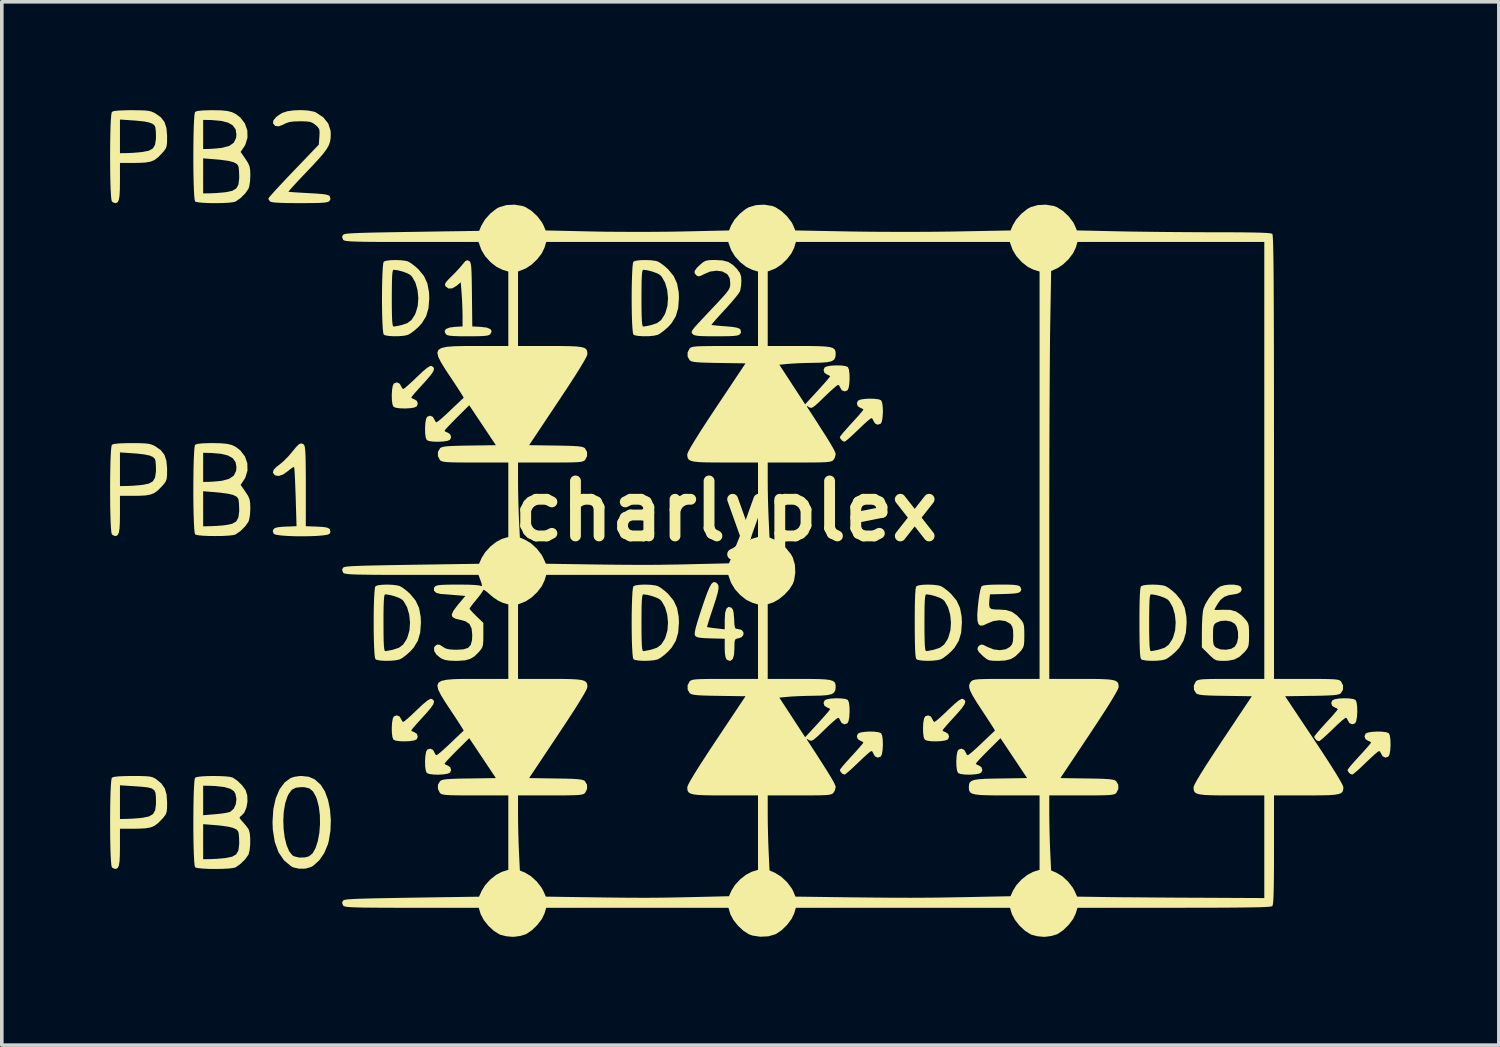
<source format=kicad_pcb>
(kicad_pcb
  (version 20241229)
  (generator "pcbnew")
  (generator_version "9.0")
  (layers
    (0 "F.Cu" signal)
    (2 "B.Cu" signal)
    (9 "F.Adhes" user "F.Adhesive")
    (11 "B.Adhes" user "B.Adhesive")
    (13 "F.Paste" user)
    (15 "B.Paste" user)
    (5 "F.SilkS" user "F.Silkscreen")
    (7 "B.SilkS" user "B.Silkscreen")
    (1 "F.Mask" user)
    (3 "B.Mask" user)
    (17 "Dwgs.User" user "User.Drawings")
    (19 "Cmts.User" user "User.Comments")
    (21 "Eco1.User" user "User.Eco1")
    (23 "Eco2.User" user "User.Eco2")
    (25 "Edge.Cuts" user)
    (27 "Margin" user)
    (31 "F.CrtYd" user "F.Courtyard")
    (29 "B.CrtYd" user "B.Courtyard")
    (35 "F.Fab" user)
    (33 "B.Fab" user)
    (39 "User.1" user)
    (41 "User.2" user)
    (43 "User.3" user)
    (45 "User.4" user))
  (footprint "charlyplex"
    (layer "F.Cu")
    (at 17.065 11.108)
    (property "Reference" "charlyplex" (at 0 0 0) (layer "F.SilkS") (effects (font (size 1.524 1.524) (thickness 0.3))))
    (attr board_only exclude_from_pos_files exclude_from_bom)
    (fp_poly (pts (xy -8.108 -3.987) (xy -8.09 -3.938) (xy -8.114 -3.866) (xy -8.186 -3.762) (xy -8.308 -3.619) (xy -8.392 -3.526) (xy -8.517 -3.39) (xy -8.621 -3.273) (xy -8.692 -3.189) (xy -8.722 -3.147) (xy -8.723 -3.146) (xy -8.691 -3.118) (xy -8.646 -3.101) (xy -8.566 -3.051) (xy -8.541 -2.971) (xy -8.57 -2.901) (xy -8.633 -2.87) (xy -8.748 -2.85) (xy -8.889 -2.842) (xy -9.03 -2.846) (xy -9.147 -2.861) (xy -9.215 -2.89) (xy -9.243 -2.958) (xy -9.259 -3.075) (xy -9.262 -3.216) (xy -9.254 -3.357) (xy -9.234 -3.471) (xy -9.204 -3.535) (xy -9.12 -3.564) (xy -9.043 -3.529) (xy -9.003 -3.458) (xy -8.97 -3.396) (xy -8.944 -3.382) (xy -8.903 -3.407) (xy -8.82 -3.477) (xy -8.706 -3.58) (xy -8.574 -3.706) (xy -8.566 -3.713) (xy -8.398 -3.872) (xy -8.275 -3.973) (xy -8.196 -4.019) (xy -8.167 -4.021)) (stroke (width 0) (type solid)) (fill yes) (layer "F.SilkS"))
    (fp_poly (pts (xy -8.108 5.235) (xy -8.09 5.284) (xy -8.114 5.357) (xy -8.186 5.461) (xy -8.308 5.604) (xy -8.392 5.696) (xy -8.517 5.833) (xy -8.621 5.949) (xy -8.692 6.034) (xy -8.722 6.075) (xy -8.723 6.077) (xy -8.691 6.105) (xy -8.646 6.121) (xy -8.566 6.172) (xy -8.541 6.252) (xy -8.57 6.322) (xy -8.633 6.352) (xy -8.748 6.372) (xy -8.889 6.38) (xy -9.03 6.377) (xy -9.147 6.361) (xy -9.215 6.333) (xy -9.243 6.265) (xy -9.259 6.148) (xy -9.262 6.006) (xy -9.254 5.866) (xy -9.234 5.751) (xy -9.204 5.688) (xy -9.12 5.659) (xy -9.043 5.693) (xy -9.003 5.764) (xy -8.97 5.826) (xy -8.944 5.841) (xy -8.903 5.815) (xy -8.82 5.746) (xy -8.706 5.643) (xy -8.574 5.517) (xy -8.566 5.509) (xy -8.398 5.351) (xy -8.275 5.249) (xy -8.196 5.203) (xy -8.167 5.201)) (stroke (width 0) (type solid)) (fill yes) (layer "F.SilkS"))
    (fp_poly (pts (xy 6.609 5.235) (xy 6.628 5.284) (xy 6.603 5.357) (xy 6.532 5.461) (xy 6.409 5.604) (xy 6.325 5.696) (xy 6.2 5.833) (xy 6.097 5.949) (xy 6.025 6.034) (xy 5.995 6.075) (xy 5.995 6.077) (xy 6.026 6.105) (xy 6.071 6.121) (xy 6.151 6.172) (xy 6.177 6.252) (xy 6.148 6.322) (xy 6.084 6.352) (xy 5.969 6.372) (xy 5.829 6.38) (xy 5.687 6.377) (xy 5.57 6.361) (xy 5.503 6.333) (xy 5.474 6.265) (xy 5.459 6.148) (xy 5.455 6.006) (xy 5.463 5.866) (xy 5.483 5.751) (xy 5.514 5.688) (xy 5.597 5.659) (xy 5.674 5.693) (xy 5.714 5.764) (xy 5.747 5.826) (xy 5.773 5.841) (xy 5.814 5.815) (xy 5.898 5.746) (xy 6.011 5.643) (xy 6.144 5.517) (xy 6.151 5.509) (xy 6.32 5.351) (xy 6.442 5.249) (xy 6.522 5.203) (xy 6.551 5.201)) (stroke (width 0) (type solid)) (fill yes) (layer "F.SilkS"))
    (fp_poly (pts (xy 4.111 -3.11) (xy 4.229 -3.095) (xy 4.296 -3.066) (xy 4.324 -2.999) (xy 4.34 -2.881) (xy 4.344 -2.74) (xy 4.335 -2.599) (xy 4.316 -2.485) (xy 4.285 -2.421) (xy 4.202 -2.392) (xy 4.125 -2.427) (xy 4.084 -2.498) (xy 4.052 -2.56) (xy 4.025 -2.575) (xy 3.984 -2.549) (xy 3.901 -2.48) (xy 3.788 -2.377) (xy 3.656 -2.251) (xy 3.653 -2.248) (xy 3.521 -2.122) (xy 3.407 -2.018) (xy 3.323 -1.948) (xy 3.281 -1.921) (xy 3.281 -1.921) (xy 3.223 -1.946) (xy 3.197 -1.967) (xy 3.157 -2.026) (xy 3.151 -2.048) (xy 3.176 -2.087) (xy 3.243 -2.171) (xy 3.344 -2.286) (xy 3.467 -2.422) (xy 3.478 -2.434) (xy 3.602 -2.57) (xy 3.704 -2.685) (xy 3.775 -2.769) (xy 3.804 -2.809) (xy 3.804 -2.81) (xy 3.772 -2.838) (xy 3.728 -2.855) (xy 3.647 -2.905) (xy 3.622 -2.985) (xy 3.651 -3.055) (xy 3.715 -3.086) (xy 3.829 -3.106) (xy 3.97 -3.114)) (stroke (width 0) (type solid)) (fill yes) (layer "F.SilkS"))
    (fp_poly (pts (xy 4.111 6.112) (xy 4.229 6.128) (xy 4.296 6.156) (xy 4.324 6.224) (xy 4.34 6.341) (xy 4.344 6.483) (xy 4.335 6.623) (xy 4.316 6.738) (xy 4.285 6.801) (xy 4.202 6.83) (xy 4.125 6.795) (xy 4.084 6.724) (xy 4.052 6.662) (xy 4.025 6.648) (xy 3.984 6.673) (xy 3.901 6.743) (xy 3.788 6.846) (xy 3.656 6.971) (xy 3.653 6.974) (xy 3.521 7.101) (xy 3.407 7.204) (xy 3.323 7.274) (xy 3.281 7.301) (xy 3.281 7.301) (xy 3.223 7.277) (xy 3.197 7.255) (xy 3.157 7.196) (xy 3.151 7.175) (xy 3.176 7.135) (xy 3.243 7.051) (xy 3.344 6.936) (xy 3.467 6.8) (xy 3.478 6.789) (xy 3.602 6.653) (xy 3.704 6.537) (xy 3.775 6.454) (xy 3.804 6.413) (xy 3.804 6.412) (xy 3.772 6.384) (xy 3.728 6.368) (xy 3.647 6.317) (xy 3.622 6.237) (xy 3.651 6.167) (xy 3.715 6.136) (xy 3.829 6.117) (xy 3.97 6.108)) (stroke (width 0) (type solid)) (fill yes) (layer "F.SilkS"))
    (fp_poly (pts (xy 17.253 5.19) (xy 17.37 5.205) (xy 17.438 5.234) (xy 17.466 5.302) (xy 17.482 5.419) (xy 17.486 5.56) (xy 17.477 5.701) (xy 17.457 5.816) (xy 17.427 5.879) (xy 17.344 5.908) (xy 17.267 5.873) (xy 17.226 5.802) (xy 17.194 5.74) (xy 17.167 5.726) (xy 17.126 5.751) (xy 17.043 5.82) (xy 16.929 5.923) (xy 16.798 6.049) (xy 16.795 6.052) (xy 16.663 6.178) (xy 16.549 6.282) (xy 16.465 6.352) (xy 16.423 6.379) (xy 16.423 6.379) (xy 16.365 6.354) (xy 16.339 6.333) (xy 16.298 6.274) (xy 16.293 6.252) (xy 16.318 6.213) (xy 16.385 6.129) (xy 16.485 6.014) (xy 16.608 5.878) (xy 16.619 5.866) (xy 16.744 5.731) (xy 16.846 5.615) (xy 16.917 5.531) (xy 16.946 5.491) (xy 16.946 5.49) (xy 16.914 5.462) (xy 16.869 5.445) (xy 16.789 5.395) (xy 16.764 5.315) (xy 16.793 5.245) (xy 16.857 5.214) (xy 16.971 5.194) (xy 17.112 5.186)) (stroke (width 0) (type solid)) (fill yes) (layer "F.SilkS"))
    (fp_poly (pts (xy 18.176 6.112) (xy 18.293 6.128) (xy 18.36 6.156) (xy 18.389 6.224) (xy 18.404 6.341) (xy 18.408 6.483) (xy 18.399 6.623) (xy 18.38 6.738) (xy 18.349 6.801) (xy 18.266 6.83) (xy 18.189 6.795) (xy 18.148 6.724) (xy 18.116 6.662) (xy 18.09 6.648) (xy 18.048 6.673) (xy 17.965 6.743) (xy 17.852 6.846) (xy 17.72 6.971) (xy 17.717 6.974) (xy 17.585 7.101) (xy 17.471 7.204) (xy 17.387 7.274) (xy 17.346 7.301) (xy 17.345 7.301) (xy 17.287 7.277) (xy 17.261 7.255) (xy 17.221 7.196) (xy 17.215 7.175) (xy 17.24 7.135) (xy 17.307 7.051) (xy 17.408 6.936) (xy 17.531 6.8) (xy 17.542 6.789) (xy 17.666 6.653) (xy 17.768 6.537) (xy 17.839 6.454) (xy 17.868 6.413) (xy 17.868 6.412) (xy 17.837 6.384) (xy 17.792 6.368) (xy 17.712 6.317) (xy 17.686 6.237) (xy 17.715 6.167) (xy 17.779 6.136) (xy 17.894 6.117) (xy 18.034 6.108)) (stroke (width 0) (type solid)) (fill yes) (layer "F.SilkS"))
    (fp_poly (pts (xy -7.123 -6.932) (xy -7.122 -6.932) (xy -7.099 -6.913) (xy -7.082 -6.881) (xy -7.069 -6.826) (xy -7.059 -6.738) (xy -7.052 -6.608) (xy -7.047 -6.426) (xy -7.043 -6.183) (xy -7.041 -6.002) (xy -7.031 -5.114) (xy -6.795 -5.103) (xy -6.627 -5.082) (xy -6.526 -5.038) (xy -6.495 -4.976) (xy -6.53 -4.903) (xy -6.562 -4.878) (xy -6.619 -4.861) (xy -6.714 -4.85) (xy -6.857 -4.844) (xy -7.062 -4.842) (xy -7.147 -4.842) (xy -7.375 -4.843) (xy -7.538 -4.848) (xy -7.648 -4.857) (xy -7.717 -4.872) (xy -7.756 -4.893) (xy -7.765 -4.903) (xy -7.799 -4.981) (xy -7.762 -5.043) (xy -7.657 -5.085) (xy -7.518 -5.103) (xy -7.301 -5.115) (xy -7.301 -5.41) (xy -7.305 -5.605) (xy -7.314 -5.827) (xy -7.326 -6.022) (xy -7.351 -6.338) (xy -7.466 -6.241) (xy -7.586 -6.17) (xy -7.692 -6.165) (xy -7.773 -6.228) (xy -7.776 -6.233) (xy -7.789 -6.276) (xy -7.767 -6.33) (xy -7.702 -6.407) (xy -7.607 -6.502) (xy -7.487 -6.623) (xy -7.375 -6.745) (xy -7.295 -6.84) (xy -7.226 -6.922) (xy -7.175 -6.949)) (stroke (width 0) (type solid)) (fill yes) (layer "F.SilkS"))
    (fp_poly (pts (xy -11.726 -1.862) (xy -11.7 -1.843) (xy -11.683 -1.819) (xy -11.67 -1.771) (xy -11.66 -1.69) (xy -11.652 -1.571) (xy -11.648 -1.403) (xy -11.645 -1.179) (xy -11.643 -0.892) (xy -11.643 -0.689) (xy -11.643 0.42) (xy -11.33 0.431) (xy -11.162 0.441) (xy -11.056 0.458) (xy -10.996 0.485) (xy -10.977 0.506) (xy -10.96 0.582) (xy -10.987 0.631) (xy -11.045 0.655) (xy -11.165 0.674) (xy -11.331 0.688) (xy -11.529 0.696) (xy -11.742 0.699) (xy -11.957 0.697) (xy -12.158 0.689) (xy -12.33 0.676) (xy -12.457 0.658) (xy -12.526 0.635) (xy -12.53 0.631) (xy -12.559 0.557) (xy -12.54 0.506) (xy -12.498 0.47) (xy -12.416 0.448) (xy -12.278 0.434) (xy -12.2 0.431) (xy -11.9 0.419) (xy -11.924 -0.391) (xy -11.933 -0.633) (xy -11.941 -0.848) (xy -11.95 -1.024) (xy -11.958 -1.15) (xy -11.966 -1.215) (xy -11.968 -1.221) (xy -12.005 -1.209) (xy -12.077 -1.158) (xy -12.123 -1.12) (xy -12.271 -1.014) (xy -12.398 -0.971) (xy -12.498 -0.992) (xy -12.51 -1.001) (xy -12.555 -1.066) (xy -12.536 -1.14) (xy -12.45 -1.23) (xy -12.375 -1.286) (xy -12.261 -1.381) (xy -12.133 -1.51) (xy -12.028 -1.632) (xy -11.918 -1.767) (xy -11.839 -1.846) (xy -11.779 -1.875)) (stroke (width 0) (type solid)) (fill yes) (layer "F.SilkS"))
    (fp_poly (pts (xy -11.559 7.361) (xy -11.395 7.434) (xy -11.243 7.57) (xy -11.228 7.587) (xy -11.115 7.764) (xy -11.029 7.998) (xy -10.973 8.269) (xy -10.95 8.562) (xy -10.961 8.859) (xy -11.008 9.144) (xy -11.031 9.23) (xy -11.131 9.472) (xy -11.27 9.675) (xy -11.437 9.825) (xy -11.494 9.859) (xy -11.649 9.905) (xy -11.827 9.908) (xy -11.991 9.871) (xy -12.047 9.843) (xy -12.247 9.677) (xy -12.4 9.451) (xy -12.503 9.168) (xy -12.557 8.828) (xy -12.566 8.608) (xy -12.563 8.575) (xy -12.267 8.575) (xy -12.257 8.82) (xy -12.226 9.054) (xy -12.174 9.26) (xy -12.103 9.426) (xy -12.016 9.536) (xy -11.977 9.561) (xy -11.831 9.599) (xy -11.665 9.595) (xy -11.552 9.563) (xy -11.454 9.48) (xy -11.373 9.335) (xy -11.311 9.144) (xy -11.269 8.92) (xy -11.25 8.677) (xy -11.253 8.43) (xy -11.282 8.193) (xy -11.337 7.98) (xy -11.365 7.908) (xy -11.446 7.764) (xy -11.544 7.683) (xy -11.68 7.65) (xy -11.759 7.647) (xy -11.919 7.663) (xy -12.031 7.721) (xy -12.117 7.836) (xy -12.152 7.908) (xy -12.216 8.104) (xy -12.254 8.331) (xy -12.267 8.575) (xy -12.563 8.575) (xy -12.543 8.261) (xy -12.477 7.959) (xy -12.371 7.709) (xy -12.227 7.516) (xy -12.062 7.395) (xy -11.959 7.362) (xy -11.822 7.342) (xy -11.759 7.339)) (stroke (width 0) (type solid)) (fill yes) (layer "F.SilkS"))
    (fp_poly (pts (xy -0.275 1.985) (xy -0.233 2.022) (xy -0.211 2.074) (xy -0.211 2.154) (xy -0.234 2.271) (xy -0.282 2.437) (xy -0.355 2.663) (xy -0.364 2.687) (xy -0.425 2.872) (xy -0.476 3.029) (xy -0.511 3.145) (xy -0.527 3.206) (xy -0.528 3.212) (xy -0.488 3.221) (xy -0.393 3.235) (xy -0.278 3.249) (xy -0.038 3.276) (xy -0.038 3.007) (xy -0.026 2.817) (xy 0.01 2.699) (xy 0.07 2.653) (xy 0.147 2.677) (xy 0.185 2.723) (xy 0.208 2.813) (xy 0.221 2.962) (xy 0.223 2.992) (xy 0.23 3.134) (xy 0.242 3.216) (xy 0.265 3.255) (xy 0.304 3.266) (xy 0.324 3.266) (xy 0.427 3.292) (xy 0.48 3.353) (xy 0.481 3.428) (xy 0.43 3.494) (xy 0.332 3.528) (xy 0.278 3.539) (xy 0.248 3.566) (xy 0.234 3.628) (xy 0.231 3.742) (xy 0.231 3.799) (xy 0.22 3.98) (xy 0.187 4.093) (xy 0.13 4.145) (xy 0.096 4.15) (xy 0.034 4.125) (xy 0.008 4.104) (xy -0.017 4.041) (xy -0.034 3.922) (xy -0.038 3.798) (xy -0.038 3.538) (xy -0.428 3.527) (xy -0.613 3.52) (xy -0.735 3.508) (xy -0.809 3.49) (xy -0.85 3.462) (xy -0.86 3.449) (xy -0.87 3.409) (xy -0.865 3.339) (xy -0.84 3.229) (xy -0.795 3.071) (xy -0.727 2.855) (xy -0.68 2.713) (xy -0.59 2.447) (xy -0.517 2.248) (xy -0.457 2.108) (xy -0.407 2.019) (xy -0.361 1.975) (xy -0.316 1.967)) (stroke (width 0) (type solid)) (fill yes) (layer "F.SilkS"))
    (fp_poly (pts (xy -16.231 7.34) (xy -16.078 7.345) (xy -15.972 7.354) (xy -15.896 7.371) (xy -15.837 7.398) (xy -15.79 7.427) (xy -15.644 7.547) (xy -15.55 7.683) (xy -15.5 7.853) (xy -15.486 8.075) (xy -15.488 8.229) (xy -15.498 8.33) (xy -15.525 8.404) (xy -15.575 8.474) (xy -15.627 8.533) (xy -15.735 8.644) (xy -15.836 8.719) (xy -15.948 8.766) (xy -16.091 8.79) (xy -16.282 8.799) (xy -16.387 8.8) (xy -16.792 8.8) (xy -16.792 9.311) (xy -16.795 9.543) (xy -16.804 9.709) (xy -16.822 9.819) (xy -16.851 9.882) (xy -16.894 9.91) (xy -16.927 9.914) (xy -16.989 9.889) (xy -17.015 9.868) (xy -17.029 9.817) (xy -17.04 9.7) (xy -17.05 9.53) (xy -17.057 9.317) (xy -17.062 9.073) (xy -17.064 8.81) (xy -17.065 8.54) (xy -17.065 8.531) (xy -16.792 8.531) (xy -16.591 8.527) (xy -16.431 8.52) (xy -16.25 8.506) (xy -16.162 8.496) (xy -15.988 8.46) (xy -15.876 8.394) (xy -15.815 8.285) (xy -15.794 8.12) (xy -15.794 8.075) (xy -15.796 7.92) (xy -15.808 7.809) (xy -15.841 7.734) (xy -15.907 7.686) (xy -16.016 7.656) (xy -16.18 7.638) (xy -16.403 7.622) (xy -16.792 7.597) (xy -16.792 8.531) (xy -17.065 8.531) (xy -17.063 8.273) (xy -17.059 8.021) (xy -17.053 7.796) (xy -17.044 7.609) (xy -17.033 7.472) (xy -17.02 7.396) (xy -17.015 7.386) (xy -16.956 7.364) (xy -16.828 7.349) (xy -16.628 7.341) (xy -16.445 7.339)) (stroke (width 0) (type solid)) (fill yes) (layer "F.SilkS"))
    (fp_poly (pts (xy 5.749 2.043) (xy 5.879 2.06) (xy 5.944 2.077) (xy 6.028 2.125) (xy 6.139 2.21) (xy 6.236 2.298) (xy 6.386 2.48) (xy 6.48 2.684) (xy 6.526 2.928) (xy 6.533 3.093) (xy 6.512 3.368) (xy 6.446 3.593) (xy 6.329 3.786) (xy 6.236 3.889) (xy 6.124 3.989) (xy 6.015 4.07) (xy 5.944 4.109) (xy 5.84 4.133) (xy 5.7 4.146) (xy 5.549 4.149) (xy 5.411 4.141) (xy 5.309 4.122) (xy 5.272 4.104) (xy 5.256 4.063) (xy 5.244 3.972) (xy 5.236 3.825) (xy 5.23 3.617) (xy 5.227 3.341) (xy 5.226 3.093) (xy 5.495 3.093) (xy 5.496 3.372) (xy 5.5 3.582) (xy 5.506 3.73) (xy 5.516 3.823) (xy 5.53 3.871) (xy 5.543 3.88) (xy 5.608 3.871) (xy 5.714 3.85) (xy 5.763 3.839) (xy 5.925 3.785) (xy 6.04 3.699) (xy 6.13 3.56) (xy 6.156 3.505) (xy 6.214 3.308) (xy 6.23 3.088) (xy 6.207 2.866) (xy 6.148 2.664) (xy 6.057 2.502) (xy 6.009 2.452) (xy 5.928 2.406) (xy 5.802 2.359) (xy 5.665 2.323) (xy 5.547 2.307) (xy 5.543 2.307) (xy 5.526 2.324) (xy 5.513 2.382) (xy 5.504 2.489) (xy 5.498 2.652) (xy 5.496 2.879) (xy 5.495 3.093) (xy 5.226 3.093) (xy 5.227 2.765) (xy 5.231 2.508) (xy 5.238 2.316) (xy 5.247 2.185) (xy 5.26 2.108) (xy 5.272 2.083) (xy 5.337 2.057) (xy 5.453 2.042) (xy 5.599 2.037)) (stroke (width 0) (type solid)) (fill yes) (layer "F.SilkS"))
    (fp_poly (pts (xy 11.974 2.043) (xy 12.104 2.06) (xy 12.169 2.077) (xy 12.253 2.125) (xy 12.364 2.21) (xy 12.461 2.298) (xy 12.611 2.48) (xy 12.705 2.684) (xy 12.751 2.928) (xy 12.758 3.093) (xy 12.737 3.368) (xy 12.671 3.593) (xy 12.554 3.786) (xy 12.461 3.889) (xy 12.349 3.989) (xy 12.24 4.07) (xy 12.169 4.109) (xy 12.065 4.133) (xy 11.926 4.146) (xy 11.775 4.149) (xy 11.636 4.141) (xy 11.534 4.122) (xy 11.497 4.104) (xy 11.482 4.063) (xy 11.469 3.972) (xy 11.461 3.825) (xy 11.455 3.617) (xy 11.452 3.341) (xy 11.451 3.093) (xy 11.72 3.093) (xy 11.721 3.372) (xy 11.725 3.582) (xy 11.731 3.73) (xy 11.741 3.823) (xy 11.755 3.871) (xy 11.768 3.88) (xy 11.833 3.871) (xy 11.939 3.85) (xy 11.989 3.839) (xy 12.15 3.785) (xy 12.265 3.699) (xy 12.355 3.56) (xy 12.381 3.505) (xy 12.439 3.308) (xy 12.455 3.088) (xy 12.432 2.866) (xy 12.373 2.664) (xy 12.282 2.502) (xy 12.234 2.452) (xy 12.153 2.406) (xy 12.027 2.359) (xy 11.89 2.323) (xy 11.772 2.307) (xy 11.768 2.307) (xy 11.751 2.324) (xy 11.738 2.382) (xy 11.729 2.489) (xy 11.724 2.652) (xy 11.721 2.879) (xy 11.72 3.093) (xy 11.451 3.093) (xy 11.452 2.765) (xy 11.456 2.508) (xy 11.463 2.316) (xy 11.472 2.185) (xy 11.485 2.108) (xy 11.497 2.083) (xy 11.562 2.057) (xy 11.679 2.042) (xy 11.824 2.037)) (stroke (width 0) (type solid)) (fill yes) (layer "F.SilkS"))
    (fp_poly (pts (xy -9.238 2.043) (xy -9.107 2.06) (xy -9.042 2.077) (xy -8.958 2.125) (xy -8.848 2.21) (xy -8.75 2.298) (xy -8.601 2.48) (xy -8.506 2.684) (xy -8.461 2.928) (xy -8.454 3.093) (xy -8.474 3.368) (xy -8.54 3.593) (xy -8.657 3.786) (xy -8.75 3.889) (xy -8.863 3.989) (xy -8.971 4.07) (xy -9.042 4.109) (xy -9.146 4.133) (xy -9.286 4.146) (xy -9.437 4.149) (xy -9.576 4.141) (xy -9.678 4.122) (xy -9.714 4.104) (xy -9.729 4.051) (xy -9.742 3.935) (xy -9.751 3.767) (xy -9.758 3.561) (xy -9.762 3.33) (xy -9.763 3.093) (xy -9.491 3.093) (xy -9.49 3.372) (xy -9.487 3.582) (xy -9.48 3.73) (xy -9.47 3.823) (xy -9.456 3.871) (xy -9.443 3.88) (xy -9.379 3.871) (xy -9.272 3.85) (xy -9.223 3.839) (xy -9.061 3.785) (xy -8.947 3.699) (xy -8.856 3.56) (xy -8.83 3.505) (xy -8.772 3.308) (xy -8.756 3.088) (xy -8.779 2.866) (xy -8.838 2.664) (xy -8.93 2.502) (xy -8.977 2.452) (xy -9.059 2.406) (xy -9.184 2.359) (xy -9.322 2.323) (xy -9.44 2.307) (xy -9.443 2.307) (xy -9.46 2.324) (xy -9.473 2.382) (xy -9.482 2.489) (xy -9.488 2.652) (xy -9.491 2.879) (xy -9.491 3.093) (xy -9.763 3.093) (xy -9.763 3.086) (xy -9.762 2.842) (xy -9.758 2.612) (xy -9.751 2.408) (xy -9.741 2.243) (xy -9.729 2.13) (xy -9.714 2.083) (xy -9.65 2.057) (xy -9.533 2.042) (xy -9.388 2.037)) (stroke (width 0) (type solid)) (fill yes) (layer "F.SilkS"))
    (fp_poly (pts (xy -9.007 -6.949) (xy -8.877 -6.932) (xy -8.812 -6.915) (xy -8.728 -6.866) (xy -8.617 -6.782) (xy -8.52 -6.694) (xy -8.37 -6.512) (xy -8.276 -6.308) (xy -8.23 -6.064) (xy -8.223 -5.898) (xy -8.244 -5.624) (xy -8.309 -5.399) (xy -8.427 -5.206) (xy -8.52 -5.103) (xy -8.632 -5.003) (xy -8.741 -4.922) (xy -8.812 -4.882) (xy -8.916 -4.858) (xy -9.055 -4.845) (xy -9.206 -4.843) (xy -9.345 -4.851) (xy -9.447 -4.87) (xy -9.484 -4.888) (xy -9.499 -4.941) (xy -9.511 -5.057) (xy -9.521 -5.225) (xy -9.528 -5.431) (xy -9.532 -5.662) (xy -9.533 -5.898) (xy -9.261 -5.898) (xy -9.26 -5.62) (xy -9.256 -5.41) (xy -9.25 -5.262) (xy -9.24 -5.168) (xy -9.226 -5.121) (xy -9.213 -5.112) (xy -9.148 -5.12) (xy -9.042 -5.141) (xy -8.992 -5.152) (xy -8.831 -5.206) (xy -8.716 -5.293) (xy -8.626 -5.431) (xy -8.6 -5.487) (xy -8.542 -5.684) (xy -8.526 -5.904) (xy -8.549 -6.126) (xy -8.607 -6.328) (xy -8.699 -6.489) (xy -8.747 -6.54) (xy -8.828 -6.586) (xy -8.954 -6.633) (xy -9.091 -6.669) (xy -9.209 -6.685) (xy -9.213 -6.685) (xy -9.23 -6.668) (xy -9.243 -6.609) (xy -9.252 -6.502) (xy -9.257 -6.34) (xy -9.26 -6.113) (xy -9.261 -5.898) (xy -9.533 -5.898) (xy -9.533 -5.906) (xy -9.531 -6.149) (xy -9.527 -6.38) (xy -9.52 -6.583) (xy -9.51 -6.748) (xy -9.498 -6.862) (xy -9.484 -6.909) (xy -9.419 -6.934) (xy -9.302 -6.95) (xy -9.157 -6.954)) (stroke (width 0) (type solid)) (fill yes) (layer "F.SilkS"))
    (fp_poly (pts (xy -2.091 -6.949) (xy -1.96 -6.932) (xy -1.895 -6.915) (xy -1.811 -6.866) (xy -1.7 -6.782) (xy -1.603 -6.694) (xy -1.453 -6.512) (xy -1.359 -6.308) (xy -1.313 -6.064) (xy -1.307 -5.898) (xy -1.327 -5.624) (xy -1.393 -5.399) (xy -1.51 -5.206) (xy -1.603 -5.103) (xy -1.715 -5.003) (xy -1.824 -4.922) (xy -1.895 -4.882) (xy -1.999 -4.858) (xy -2.139 -4.845) (xy -2.29 -4.843) (xy -2.428 -4.851) (xy -2.53 -4.87) (xy -2.567 -4.888) (xy -2.582 -4.941) (xy -2.594 -5.057) (xy -2.604 -5.225) (xy -2.611 -5.431) (xy -2.615 -5.662) (xy -2.616 -5.898) (xy -2.344 -5.898) (xy -2.343 -5.62) (xy -2.339 -5.41) (xy -2.333 -5.262) (xy -2.323 -5.168) (xy -2.309 -5.121) (xy -2.296 -5.112) (xy -2.231 -5.12) (xy -2.125 -5.141) (xy -2.076 -5.152) (xy -1.914 -5.206) (xy -1.799 -5.293) (xy -1.709 -5.431) (xy -1.683 -5.487) (xy -1.625 -5.684) (xy -1.609 -5.904) (xy -1.632 -6.126) (xy -1.691 -6.328) (xy -1.782 -6.489) (xy -1.83 -6.54) (xy -1.911 -6.586) (xy -2.037 -6.633) (xy -2.174 -6.669) (xy -2.292 -6.685) (xy -2.296 -6.685) (xy -2.313 -6.668) (xy -2.326 -6.609) (xy -2.335 -6.502) (xy -2.341 -6.34) (xy -2.343 -6.113) (xy -2.344 -5.898) (xy -2.616 -5.898) (xy -2.616 -5.906) (xy -2.615 -6.149) (xy -2.61 -6.38) (xy -2.603 -6.583) (xy -2.594 -6.748) (xy -2.581 -6.862) (xy -2.567 -6.909) (xy -2.502 -6.934) (xy -2.386 -6.95) (xy -2.24 -6.954)) (stroke (width 0) (type solid)) (fill yes) (layer "F.SilkS"))
    (fp_poly (pts (xy -2.091 2.043) (xy -1.96 2.06) (xy -1.895 2.077) (xy -1.811 2.125) (xy -1.7 2.21) (xy -1.603 2.298) (xy -1.453 2.48) (xy -1.359 2.684) (xy -1.313 2.928) (xy -1.307 3.093) (xy -1.327 3.368) (xy -1.393 3.593) (xy -1.51 3.786) (xy -1.603 3.889) (xy -1.715 3.989) (xy -1.824 4.07) (xy -1.895 4.109) (xy -1.999 4.133) (xy -2.139 4.146) (xy -2.29 4.149) (xy -2.428 4.141) (xy -2.53 4.122) (xy -2.567 4.104) (xy -2.582 4.051) (xy -2.594 3.935) (xy -2.604 3.767) (xy -2.611 3.561) (xy -2.615 3.33) (xy -2.616 3.093) (xy -2.344 3.093) (xy -2.343 3.372) (xy -2.339 3.582) (xy -2.333 3.73) (xy -2.323 3.823) (xy -2.309 3.871) (xy -2.296 3.88) (xy -2.231 3.871) (xy -2.125 3.85) (xy -2.076 3.839) (xy -1.914 3.785) (xy -1.799 3.699) (xy -1.709 3.56) (xy -1.683 3.505) (xy -1.625 3.308) (xy -1.609 3.088) (xy -1.632 2.866) (xy -1.691 2.664) (xy -1.782 2.502) (xy -1.83 2.452) (xy -1.911 2.406) (xy -2.037 2.359) (xy -2.174 2.323) (xy -2.292 2.307) (xy -2.296 2.307) (xy -2.313 2.324) (xy -2.326 2.382) (xy -2.335 2.489) (xy -2.341 2.652) (xy -2.343 2.879) (xy -2.344 3.093) (xy -2.616 3.093) (xy -2.616 3.086) (xy -2.615 2.842) (xy -2.61 2.612) (xy -2.603 2.408) (xy -2.594 2.243) (xy -2.581 2.13) (xy -2.567 2.083) (xy -2.502 2.057) (xy -2.386 2.042) (xy -2.24 2.037)) (stroke (width 0) (type solid)) (fill yes) (layer "F.SilkS"))
    (fp_poly (pts (xy -16.256 -11.103) (xy -16.105 -11.098) (xy -15.997 -11.086) (xy -15.916 -11.066) (xy -15.846 -11.035) (xy -15.814 -11.018) (xy -15.66 -10.909) (xy -15.56 -10.781) (xy -15.505 -10.615) (xy -15.486 -10.396) (xy -15.486 -10.37) (xy -15.488 -10.216) (xy -15.498 -10.115) (xy -15.525 -10.041) (xy -15.575 -9.971) (xy -15.627 -9.912) (xy -15.735 -9.801) (xy -15.836 -9.725) (xy -15.948 -9.679) (xy -16.091 -9.655) (xy -16.282 -9.646) (xy -16.387 -9.645) (xy -16.792 -9.645) (xy -16.792 -9.134) (xy -16.795 -8.902) (xy -16.804 -8.736) (xy -16.822 -8.626) (xy -16.851 -8.562) (xy -16.894 -8.535) (xy -16.927 -8.531) (xy -16.989 -8.555) (xy -17.015 -8.577) (xy -17.029 -8.628) (xy -17.04 -8.745) (xy -17.05 -8.915) (xy -17.057 -9.128) (xy -17.062 -9.372) (xy -17.064 -9.634) (xy -17.065 -9.905) (xy -17.065 -9.914) (xy -16.792 -9.914) (xy -16.591 -9.917) (xy -16.431 -9.924) (xy -16.25 -9.939) (xy -16.162 -9.949) (xy -15.992 -9.983) (xy -15.881 -10.045) (xy -15.82 -10.148) (xy -15.796 -10.306) (xy -15.794 -10.389) (xy -15.799 -10.521) (xy -15.81 -10.623) (xy -15.823 -10.667) (xy -15.88 -10.722) (xy -15.976 -10.763) (xy -16.121 -10.793) (xy -16.329 -10.815) (xy -16.401 -10.82) (xy -16.792 -10.847) (xy -16.792 -9.914) (xy -17.065 -9.914) (xy -17.063 -10.172) (xy -17.059 -10.424) (xy -17.053 -10.649) (xy -17.044 -10.836) (xy -17.033 -10.973) (xy -17.02 -11.049) (xy -17.015 -11.059) (xy -16.954 -11.082) (xy -16.823 -11.096) (xy -16.618 -11.104) (xy -16.468 -11.105)) (stroke (width 0) (type solid)) (fill yes) (layer "F.SilkS"))
    (fp_poly (pts (xy -16.256 -1.881) (xy -16.105 -1.875) (xy -15.997 -1.864) (xy -15.916 -1.843) (xy -15.846 -1.813) (xy -15.814 -1.795) (xy -15.66 -1.687) (xy -15.56 -1.558) (xy -15.505 -1.393) (xy -15.486 -1.174) (xy -15.486 -1.147) (xy -15.488 -0.994) (xy -15.498 -0.892) (xy -15.525 -0.819) (xy -15.575 -0.748) (xy -15.627 -0.689) (xy -15.735 -0.578) (xy -15.836 -0.503) (xy -15.948 -0.457) (xy -16.091 -0.432) (xy -16.282 -0.423) (xy -16.387 -0.423) (xy -16.792 -0.423) (xy -16.792 0.088) (xy -16.795 0.321) (xy -16.804 0.487) (xy -16.822 0.596) (xy -16.851 0.66) (xy -16.894 0.688) (xy -16.927 0.692) (xy -16.989 0.667) (xy -17.015 0.646) (xy -17.029 0.594) (xy -17.04 0.478) (xy -17.05 0.307) (xy -17.057 0.094) (xy -17.062 -0.149) (xy -17.064 -0.412) (xy -17.065 -0.683) (xy -17.065 -0.692) (xy -16.792 -0.692) (xy -16.591 -0.695) (xy -16.431 -0.702) (xy -16.25 -0.717) (xy -16.162 -0.726) (xy -15.992 -0.761) (xy -15.881 -0.823) (xy -15.82 -0.926) (xy -15.796 -1.083) (xy -15.794 -1.167) (xy -15.799 -1.299) (xy -15.81 -1.401) (xy -15.823 -1.445) (xy -15.88 -1.5) (xy -15.976 -1.54) (xy -16.121 -1.57) (xy -16.329 -1.593) (xy -16.401 -1.598) (xy -16.792 -1.625) (xy -16.792 -0.692) (xy -17.065 -0.692) (xy -17.063 -0.95) (xy -17.059 -1.201) (xy -17.053 -1.427) (xy -17.044 -1.613) (xy -17.033 -1.751) (xy -17.02 -1.827) (xy -17.015 -1.837) (xy -16.954 -1.859) (xy -16.823 -1.874) (xy -16.618 -1.881) (xy -16.468 -1.882)) (stroke (width 0) (type solid)) (fill yes) (layer "F.SilkS"))
    (fp_poly (pts (xy -0.1 -6.944) (xy 0.056 -6.903) (xy 0.186 -6.822) (xy 0.302 -6.706) (xy 0.381 -6.6) (xy 0.416 -6.496) (xy 0.423 -6.38) (xy 0.415 -6.244) (xy 0.394 -6.124) (xy 0.384 -6.089) (xy 0.344 -6.024) (xy 0.261 -5.918) (xy 0.147 -5.782) (xy 0.012 -5.63) (xy -0.037 -5.578) (xy -0.17 -5.433) (xy -0.282 -5.309) (xy -0.362 -5.216) (xy -0.403 -5.165) (xy -0.406 -5.158) (xy -0.365 -5.15) (xy -0.264 -5.139) (xy -0.121 -5.126) (xy -0.018 -5.119) (xy 0.169 -5.102) (xy 0.292 -5.082) (xy 0.365 -5.057) (xy 0.397 -5.028) (xy 0.415 -4.952) (xy 0.387 -4.903) (xy 0.356 -4.879) (xy 0.301 -4.862) (xy 0.21 -4.851) (xy 0.071 -4.845) (xy -0.126 -4.842) (xy -0.269 -4.842) (xy -0.505 -4.843) (xy -0.675 -4.847) (xy -0.792 -4.855) (xy -0.866 -4.869) (xy -0.91 -4.888) (xy -0.925 -4.903) (xy -0.945 -4.927) (xy -0.955 -4.95) (xy -0.95 -4.981) (xy -0.924 -5.025) (xy -0.871 -5.092) (xy -0.785 -5.188) (xy -0.661 -5.321) (xy -0.494 -5.5) (xy -0.394 -5.605) (xy -0.218 -5.792) (xy -0.088 -5.933) (xy 0.003 -6.038) (xy 0.062 -6.117) (xy 0.095 -6.178) (xy 0.111 -6.233) (xy 0.115 -6.29) (xy 0.115 -6.313) (xy 0.101 -6.445) (xy 0.051 -6.538) (xy 0.022 -6.569) (xy -0.104 -6.638) (xy -0.267 -6.659) (xy -0.446 -6.634) (xy -0.605 -6.567) (xy -0.706 -6.515) (xy -0.769 -6.502) (xy -0.818 -6.526) (xy -0.822 -6.529) (xy -0.873 -6.59) (xy -0.87 -6.655) (xy -0.81 -6.738) (xy -0.73 -6.816) (xy -0.644 -6.89) (xy -0.571 -6.931) (xy -0.483 -6.95) (xy -0.355 -6.955) (xy -0.305 -6.955)) (stroke (width 0) (type solid)) (fill yes) (layer "F.SilkS"))
    (fp_poly (pts (xy -11.579 -11.096) (xy -11.42 -11.065) (xy -11.363 -11.043) (xy -11.158 -10.906) (xy -11.022 -10.738) (xy -10.958 -10.54) (xy -10.952 -10.449) (xy -10.956 -10.332) (xy -10.973 -10.229) (xy -11.009 -10.129) (xy -11.071 -10.021) (xy -11.165 -9.895) (xy -11.298 -9.742) (xy -11.476 -9.55) (xy -11.586 -9.434) (xy -11.75 -9.261) (xy -11.894 -9.108) (xy -12.009 -8.983) (xy -12.088 -8.894) (xy -12.124 -8.85) (xy -12.126 -8.847) (xy -12.086 -8.841) (xy -11.983 -8.833) (xy -11.831 -8.823) (xy -11.644 -8.812) (xy -11.566 -8.808) (xy -11.342 -8.795) (xy -11.183 -8.782) (xy -11.078 -8.767) (xy -11.015 -8.747) (xy -10.981 -8.722) (xy -10.977 -8.716) (xy -10.96 -8.641) (xy -10.987 -8.592) (xy -11.015 -8.571) (xy -11.063 -8.555) (xy -11.143 -8.544) (xy -11.265 -8.537) (xy -11.439 -8.533) (xy -11.674 -8.531) (xy -11.813 -8.531) (xy -12.109 -8.532) (xy -12.334 -8.538) (xy -12.493 -8.547) (xy -12.592 -8.56) (xy -12.635 -8.577) (xy -12.675 -8.636) (xy -12.681 -8.658) (xy -12.655 -8.695) (xy -12.583 -8.778) (xy -12.472 -8.902) (xy -12.327 -9.057) (xy -12.158 -9.238) (xy -11.982 -9.422) (xy -11.283 -10.151) (xy -11.267 -10.371) (xy -11.261 -10.499) (xy -11.272 -10.579) (xy -11.31 -10.637) (xy -11.373 -10.695) (xy -11.443 -10.747) (xy -11.514 -10.778) (xy -11.609 -10.793) (xy -11.751 -10.798) (xy -11.802 -10.798) (xy -11.979 -10.793) (xy -12.106 -10.775) (xy -12.208 -10.739) (xy -12.253 -10.714) (xy -12.389 -10.659) (xy -12.49 -10.668) (xy -12.551 -10.74) (xy -12.552 -10.741) (xy -12.543 -10.819) (xy -12.472 -10.909) (xy -12.348 -11) (xy -12.288 -11.033) (xy -12.153 -11.076) (xy -11.972 -11.101) (xy -11.772 -11.108)) (stroke (width 0) (type solid)) (fill yes) (layer "F.SilkS"))
    (fp_poly (pts (xy 14.08 2.04) (xy 14.197 2.062) (xy 14.259 2.097) (xy 14.286 2.176) (xy 14.249 2.246) (xy 14.158 2.291) (xy 14.118 2.298) (xy 13.93 2.328) (xy 13.797 2.378) (xy 13.698 2.459) (xy 13.632 2.549) (xy 13.572 2.647) (xy 13.534 2.715) (xy 13.526 2.732) (xy 13.561 2.738) (xy 13.652 2.739) (xy 13.759 2.734) (xy 13.965 2.738) (xy 14.125 2.782) (xy 14.265 2.876) (xy 14.352 2.963) (xy 14.418 3.04) (xy 14.458 3.105) (xy 14.478 3.181) (xy 14.486 3.291) (xy 14.487 3.438) (xy 14.485 3.599) (xy 14.476 3.706) (xy 14.454 3.781) (xy 14.412 3.846) (xy 14.366 3.901) (xy 14.226 4.035) (xy 14.079 4.113) (xy 13.9 4.147) (xy 13.792 4.15) (xy 13.663 4.147) (xy 13.576 4.132) (xy 13.503 4.09) (xy 13.415 4.011) (xy 13.367 3.963) (xy 13.18 3.777) (xy 13.18 3.439) (xy 13.488 3.439) (xy 13.49 3.59) (xy 13.502 3.684) (xy 13.527 3.741) (xy 13.571 3.781) (xy 13.573 3.783) (xy 13.697 3.832) (xy 13.848 3.842) (xy 13.993 3.815) (xy 14.09 3.759) (xy 14.153 3.655) (xy 14.184 3.509) (xy 14.182 3.35) (xy 14.146 3.207) (xy 14.096 3.125) (xy 13.991 3.062) (xy 13.849 3.035) (xy 13.7 3.045) (xy 13.576 3.094) (xy 13.573 3.096) (xy 13.528 3.136) (xy 13.503 3.192) (xy 13.491 3.284) (xy 13.488 3.432) (xy 13.488 3.439) (xy 13.18 3.439) (xy 13.181 3.32) (xy 13.184 3.123) (xy 13.194 2.939) (xy 13.208 2.791) (xy 13.223 2.709) (xy 13.28 2.57) (xy 13.374 2.415) (xy 13.488 2.267) (xy 13.603 2.149) (xy 13.679 2.095) (xy 13.795 2.056) (xy 13.937 2.038)) (stroke (width 0) (type solid)) (fill yes) (layer "F.SilkS"))
    (fp_poly (pts (xy 7.82 2.038) (xy 7.967 2.044) (xy 8.063 2.056) (xy 8.121 2.075) (xy 8.149 2.097) (xy 8.179 2.171) (xy 8.159 2.222) (xy 8.126 2.252) (xy 8.063 2.273) (xy 7.956 2.286) (xy 7.791 2.295) (xy 7.714 2.297) (xy 7.309 2.308) (xy 7.295 2.452) (xy 7.286 2.593) (xy 7.302 2.675) (xy 7.356 2.715) (xy 7.465 2.727) (xy 7.556 2.728) (xy 7.76 2.742) (xy 7.918 2.792) (xy 8.054 2.888) (xy 8.141 2.977) (xy 8.2 3.05) (xy 8.236 3.115) (xy 8.254 3.196) (xy 8.261 3.315) (xy 8.262 3.439) (xy 8.26 3.6) (xy 8.251 3.707) (xy 8.228 3.781) (xy 8.187 3.846) (xy 8.141 3.901) (xy 8.013 4.026) (xy 7.881 4.103) (xy 7.722 4.141) (xy 7.534 4.15) (xy 7.388 4.147) (xy 7.291 4.134) (xy 7.217 4.1) (xy 7.137 4.036) (xy 7.109 4.011) (xy 7.005 3.907) (xy 6.962 3.83) (xy 6.975 3.768) (xy 7.017 3.724) (xy 7.066 3.698) (xy 7.127 3.707) (xy 7.225 3.757) (xy 7.234 3.762) (xy 7.407 3.832) (xy 7.585 3.854) (xy 7.746 3.829) (xy 7.861 3.764) (xy 7.915 3.701) (xy 7.943 3.625) (xy 7.953 3.511) (xy 7.954 3.439) (xy 7.95 3.299) (xy 7.93 3.209) (xy 7.889 3.143) (xy 7.861 3.115) (xy 7.735 3.046) (xy 7.572 3.024) (xy 7.393 3.05) (xy 7.234 3.116) (xy 7.125 3.167) (xy 7.044 3.174) (xy 6.991 3.131) (xy 6.963 3.033) (xy 6.958 2.875) (xy 6.974 2.651) (xy 6.996 2.46) (xy 7.019 2.305) (xy 7.046 2.177) (xy 7.07 2.098) (xy 7.077 2.086) (xy 7.124 2.063) (xy 7.224 2.048) (xy 7.385 2.039) (xy 7.608 2.037)) (stroke (width 0) (type solid)) (fill yes) (layer "F.SilkS"))
    (fp_poly (pts (xy -13.995 -11.101) (xy -13.82 -11.084) (xy -13.686 -11.05) (xy -13.576 -10.994) (xy -13.469 -10.912) (xy -13.455 -10.899) (xy -13.33 -10.737) (xy -13.263 -10.545) (xy -13.259 -10.343) (xy -13.318 -10.15) (xy -13.353 -10.091) (xy -13.449 -9.95) (xy -13.315 -9.755) (xy -13.241 -9.64) (xy -13.201 -9.545) (xy -13.184 -9.437) (xy -13.18 -9.293) (xy -13.189 -9.127) (xy -13.211 -8.99) (xy -13.235 -8.923) (xy -13.325 -8.796) (xy -13.452 -8.67) (xy -13.585 -8.577) (xy -13.591 -8.574) (xy -13.666 -8.555) (xy -13.795 -8.541) (xy -13.961 -8.533) (xy -14.144 -8.53) (xy -14.327 -8.532) (xy -14.493 -8.54) (xy -14.623 -8.553) (xy -14.7 -8.571) (xy -14.71 -8.577) (xy -14.723 -8.628) (xy -14.735 -8.745) (xy -14.738 -8.8) (xy -14.487 -8.8) (xy -14.285 -8.803) (xy -14.125 -8.81) (xy -13.944 -8.825) (xy -13.857 -8.834) (xy -13.682 -8.871) (xy -13.57 -8.937) (xy -13.51 -9.045) (xy -13.489 -9.21) (xy -13.488 -9.255) (xy -13.492 -9.392) (xy -13.502 -9.507) (xy -13.511 -9.553) (xy -13.552 -9.615) (xy -13.644 -9.664) (xy -13.795 -9.702) (xy -14.011 -9.732) (xy -14.151 -9.744) (xy -14.487 -9.771) (xy -14.487 -8.8) (xy -14.738 -8.8) (xy -14.744 -8.915) (xy -14.751 -9.128) (xy -14.756 -9.372) (xy -14.759 -9.634) (xy -14.759 -9.905) (xy -14.758 -10.029) (xy -14.487 -10.029) (xy -14.324 -10.032) (xy -14.184 -10.04) (xy -14.021 -10.056) (xy -13.959 -10.064) (xy -13.767 -10.114) (xy -13.64 -10.203) (xy -13.575 -10.333) (xy -13.565 -10.433) (xy -13.588 -10.575) (xy -13.664 -10.683) (xy -13.795 -10.76) (xy -13.989 -10.809) (xy -14.249 -10.832) (xy -14.324 -10.834) (xy -14.487 -10.836) (xy -14.487 -10.029) (xy -14.758 -10.029) (xy -14.757 -10.172) (xy -14.753 -10.424) (xy -14.747 -10.649) (xy -14.738 -10.836) (xy -14.728 -10.973) (xy -14.715 -11.049) (xy -14.71 -11.059) (xy -14.644 -11.083) (xy -14.503 -11.098) (xy -14.289 -11.105) (xy -14.227 -11.105)) (stroke (width 0) (type solid)) (fill yes) (layer "F.SilkS"))
    (fp_poly (pts (xy -13.995 -1.878) (xy -13.82 -1.862) (xy -13.686 -1.828) (xy -13.576 -1.772) (xy -13.469 -1.689) (xy -13.455 -1.677) (xy -13.33 -1.515) (xy -13.263 -1.323) (xy -13.259 -1.12) (xy -13.318 -0.928) (xy -13.353 -0.869) (xy -13.449 -0.727) (xy -13.315 -0.532) (xy -13.241 -0.418) (xy -13.201 -0.323) (xy -13.184 -0.214) (xy -13.18 -0.071) (xy -13.189 0.095) (xy -13.211 0.233) (xy -13.235 0.3) (xy -13.325 0.426) (xy -13.452 0.552) (xy -13.585 0.645) (xy -13.591 0.649) (xy -13.666 0.668) (xy -13.795 0.681) (xy -13.961 0.69) (xy -14.144 0.692) (xy -14.327 0.69) (xy -14.493 0.683) (xy -14.623 0.67) (xy -14.7 0.652) (xy -14.71 0.646) (xy -14.723 0.594) (xy -14.735 0.478) (xy -14.738 0.423) (xy -14.487 0.423) (xy -14.285 0.419) (xy -14.125 0.412) (xy -13.944 0.398) (xy -13.857 0.388) (xy -13.682 0.352) (xy -13.57 0.286) (xy -13.51 0.177) (xy -13.489 0.012) (xy -13.488 -0.033) (xy -13.492 -0.169) (xy -13.502 -0.284) (xy -13.511 -0.331) (xy -13.552 -0.393) (xy -13.644 -0.442) (xy -13.795 -0.48) (xy -14.011 -0.509) (xy -14.151 -0.522) (xy -14.487 -0.549) (xy -14.487 0.423) (xy -14.738 0.423) (xy -14.744 0.307) (xy -14.751 0.094) (xy -14.756 -0.149) (xy -14.759 -0.412) (xy -14.759 -0.683) (xy -14.758 -0.807) (xy -14.487 -0.807) (xy -14.324 -0.81) (xy -14.184 -0.817) (xy -14.021 -0.833) (xy -13.959 -0.841) (xy -13.767 -0.892) (xy -13.64 -0.98) (xy -13.575 -1.11) (xy -13.565 -1.21) (xy -13.588 -1.353) (xy -13.664 -1.461) (xy -13.795 -1.538) (xy -13.989 -1.586) (xy -14.249 -1.609) (xy -14.324 -1.611) (xy -14.487 -1.614) (xy -14.487 -0.807) (xy -14.758 -0.807) (xy -14.757 -0.95) (xy -14.753 -1.201) (xy -14.747 -1.427) (xy -14.738 -1.613) (xy -14.728 -1.751) (xy -14.715 -1.827) (xy -14.71 -1.837) (xy -14.644 -1.861) (xy -14.503 -1.876) (xy -14.289 -1.883) (xy -14.227 -1.883)) (stroke (width 0) (type solid)) (fill yes) (layer "F.SilkS"))
    (fp_poly (pts (xy -14.026 7.342) (xy -13.864 7.35) (xy -13.738 7.364) (xy -13.668 7.383) (xy -13.536 7.473) (xy -13.408 7.598) (xy -13.315 7.725) (xy -13.311 7.731) (xy -13.265 7.879) (xy -13.259 8.047) (xy -13.288 8.214) (xy -13.348 8.355) (xy -13.435 8.447) (xy -13.44 8.449) (xy -13.476 8.478) (xy -13.47 8.516) (xy -13.418 8.581) (xy -13.387 8.615) (xy -13.302 8.713) (xy -13.236 8.803) (xy -13.223 8.826) (xy -13.195 8.928) (xy -13.183 9.077) (xy -13.184 9.242) (xy -13.2 9.396) (xy -13.229 9.51) (xy -13.235 9.522) (xy -13.325 9.649) (xy -13.452 9.774) (xy -13.585 9.868) (xy -13.591 9.871) (xy -13.666 9.89) (xy -13.795 9.904) (xy -13.961 9.912) (xy -14.144 9.915) (xy -14.327 9.913) (xy -14.493 9.905) (xy -14.623 9.892) (xy -14.7 9.874) (xy -14.71 9.868) (xy -14.723 9.817) (xy -14.735 9.7) (xy -14.738 9.645) (xy -14.487 9.645) (xy -14.285 9.642) (xy -14.125 9.635) (xy -13.944 9.62) (xy -13.857 9.61) (xy -13.682 9.574) (xy -13.57 9.508) (xy -13.51 9.399) (xy -13.489 9.234) (xy -13.488 9.189) (xy -13.492 9.053) (xy -13.502 8.938) (xy -13.511 8.891) (xy -13.552 8.829) (xy -13.644 8.781) (xy -13.795 8.743) (xy -14.011 8.713) (xy -14.151 8.7) (xy -14.487 8.674) (xy -14.487 9.645) (xy -14.738 9.645) (xy -14.744 9.53) (xy -14.751 9.317) (xy -14.756 9.073) (xy -14.759 8.81) (xy -14.759 8.54) (xy -14.758 8.426) (xy -14.487 8.426) (xy -14.157 8.399) (xy -13.994 8.382) (xy -13.852 8.361) (xy -13.755 8.338) (xy -13.739 8.332) (xy -13.643 8.25) (xy -13.583 8.123) (xy -13.565 7.977) (xy -13.592 7.836) (xy -13.635 7.76) (xy -13.734 7.693) (xy -13.904 7.645) (xy -14.14 7.618) (xy -14.304 7.611) (xy -14.487 7.608) (xy -14.487 8.426) (xy -14.758 8.426) (xy -14.757 8.273) (xy -14.753 8.021) (xy -14.747 7.796) (xy -14.738 7.609) (xy -14.728 7.472) (xy -14.715 7.396) (xy -14.71 7.386) (xy -14.652 7.366) (xy -14.536 7.351) (xy -14.38 7.342) (xy -14.204 7.339)) (stroke (width 0) (type solid)) (fill yes) (layer "F.SilkS"))
    (fp_poly (pts (xy 9.068 -8.454) (xy 9.165 -8.419) (xy 9.33 -8.314) (xy 9.489 -8.166) (xy 9.615 -8.001) (xy 9.66 -7.913) (xy 9.718 -7.775) (xy 10.901 -7.749) (xy 11.233 -7.743) (xy 11.621 -7.738) (xy 12.047 -7.733) (xy 12.491 -7.729) (xy 12.934 -7.726) (xy 13.354 -7.724) (xy 13.586 -7.724) (xy 13.995 -7.723) (xy 14.332 -7.721) (xy 14.603 -7.717) (xy 14.812 -7.712) (xy 14.965 -7.705) (xy 15.066 -7.696) (xy 15.121 -7.684) (xy 15.132 -7.678) (xy 15.139 -7.654) (xy 15.145 -7.596) (xy 15.15 -7.499) (xy 15.155 -7.362) (xy 15.159 -7.182) (xy 15.163 -6.955) (xy 15.166 -6.679) (xy 15.169 -6.351) (xy 15.171 -5.969) (xy 15.173 -5.529) (xy 15.175 -5.029) (xy 15.176 -4.467) (xy 15.177 -3.839) (xy 15.178 -3.142) (xy 15.178 -2.374) (xy 15.179 -1.532) (xy 15.179 4.65) (xy 16.076 4.65) (xy 16.363 4.65) (xy 16.583 4.652) (xy 16.746 4.656) (xy 16.862 4.662) (xy 16.94 4.672) (xy 16.99 4.687) (xy 17.022 4.706) (xy 17.036 4.72) (xy 17.091 4.829) (xy 17.089 4.949) (xy 17.031 5.046) (xy 16.995 5.069) (xy 16.937 5.086) (xy 16.847 5.098) (xy 16.713 5.107) (xy 16.526 5.114) (xy 16.274 5.119) (xy 16.224 5.119) (xy 15.486 5.13) (xy 16.293 6.34) (xy 16.535 6.707) (xy 16.735 7.015) (xy 16.892 7.264) (xy 17.005 7.453) (xy 17.075 7.582) (xy 17.1 7.649) (xy 17.1 7.651) (xy 17.096 7.718) (xy 17.079 7.771) (xy 17.04 7.811) (xy 16.971 7.839) (xy 16.864 7.858) (xy 16.708 7.87) (xy 16.497 7.875) (xy 16.222 7.877) (xy 16.069 7.877) (xy 15.179 7.877) (xy 15.179 9.388) (xy 15.178 9.798) (xy 15.176 10.137) (xy 15.172 10.409) (xy 15.167 10.619) (xy 15.16 10.773) (xy 15.151 10.875) (xy 15.139 10.931) (xy 15.132 10.944) (xy 15.104 10.953) (xy 15.037 10.962) (xy 14.927 10.969) (xy 14.77 10.975) (xy 14.562 10.979) (xy 14.299 10.983) (xy 13.976 10.986) (xy 13.591 10.988) (xy 13.138 10.989) (xy 12.614 10.99) (xy 12.41 10.99) (xy 9.734 10.99) (xy 9.687 11.147) (xy 9.613 11.301) (xy 9.491 11.463) (xy 9.342 11.609) (xy 9.188 11.714) (xy 9.165 11.725) (xy 9.015 11.771) (xy 8.84 11.794) (xy 8.8 11.795) (xy 8.625 11.779) (xy 8.465 11.738) (xy 8.435 11.725) (xy 8.282 11.628) (xy 8.131 11.488) (xy 8.003 11.327) (xy 7.92 11.17) (xy 7.912 11.147) (xy 7.865 10.99) (xy 1.933 10.99) (xy 1.886 11.147) (xy 1.812 11.301) (xy 1.69 11.463) (xy 1.541 11.609) (xy 1.387 11.714) (xy 1.364 11.725) (xy 1.169 11.781) (xy 0.946 11.792) (xy 0.732 11.76) (xy 0.634 11.725) (xy 0.481 11.628) (xy 0.33 11.488) (xy 0.202 11.327) (xy 0.119 11.17) (xy 0.112 11.147) (xy 0.065 10.99) (xy -4.983 10.99) (xy -5.03 11.147) (xy -5.104 11.301) (xy -5.227 11.463) (xy -5.376 11.609) (xy -5.53 11.714) (xy -5.553 11.725) (xy -5.702 11.771) (xy -5.877 11.794) (xy -5.918 11.795) (xy -6.092 11.779) (xy -6.252 11.738) (xy -6.283 11.725) (xy -6.435 11.628) (xy -6.587 11.488) (xy -6.714 11.327) (xy -6.797 11.17) (xy -6.805 11.147) (xy -6.852 10.99) (xy -8.705 10.99) (xy -9.135 10.99) (xy -9.494 10.989) (xy -9.789 10.987) (xy -10.026 10.985) (xy -10.212 10.981) (xy -10.354 10.976) (xy -10.457 10.969) (xy -10.528 10.961) (xy -10.573 10.95) (xy -10.6 10.937) (xy -10.608 10.929) (xy -10.638 10.855) (xy -10.619 10.804) (xy -10.61 10.793) (xy -10.597 10.782) (xy -10.575 10.773) (xy -10.539 10.765) (xy -10.484 10.758) (xy -10.405 10.752) (xy -10.298 10.746) (xy -10.157 10.74) (xy -9.979 10.735) (xy -9.757 10.729) (xy -9.488 10.724) (xy -9.166 10.718) (xy -8.787 10.712) (xy -8.346 10.705) (xy -7.838 10.697) (xy -7.258 10.689) (xy -7.216 10.688) (xy -6.844 10.683) (xy -6.771 10.519) (xy -6.673 10.361) (xy -6.531 10.206) (xy -6.368 10.077) (xy -6.209 9.993) (xy -6.19 9.988) (xy -6.033 9.94) (xy -6.033 7.877) (xy -6.949 7.877) (xy -7.24 7.877) (xy -7.464 7.875) (xy -7.63 7.872) (xy -7.748 7.865) (xy -7.828 7.855) (xy -7.88 7.842) (xy -7.913 7.823) (xy -7.929 7.807) (xy -7.984 7.698) (xy -7.982 7.578) (xy -7.923 7.481) (xy -7.888 7.458) (xy -7.83 7.441) (xy -7.74 7.429) (xy -7.606 7.42) (xy -7.419 7.413) (xy -7.167 7.408) (xy -7.116 7.408) (xy -6.378 7.397) (xy -6.747 6.844) (xy -7.116 6.292) (xy -7.459 6.632) (xy -7.588 6.763) (xy -7.696 6.875) (xy -7.77 6.957) (xy -7.8 6.997) (xy -7.801 6.998) (xy -7.769 7.027) (xy -7.724 7.043) (xy -7.644 7.094) (xy -7.618 7.174) (xy -7.647 7.244) (xy -7.711 7.275) (xy -7.826 7.294) (xy -7.966 7.303) (xy -8.108 7.299) (xy -8.225 7.283) (xy -8.292 7.255) (xy -8.321 7.187) (xy -8.337 7.07) (xy -8.34 6.928) (xy -8.332 6.788) (xy -8.312 6.673) (xy -8.281 6.61) (xy -8.198 6.581) (xy -8.121 6.615) (xy -8.081 6.686) (xy -8.048 6.749) (xy -8.022 6.763) (xy -7.981 6.738) (xy -7.897 6.669) (xy -7.782 6.566) (xy -7.647 6.441) (xy -7.633 6.427) (xy -7.499 6.299) (xy -7.387 6.193) (xy -7.307 6.118) (xy -7.271 6.085) (xy -7.27 6.085) (xy -7.286 6.052) (xy -7.338 5.967) (xy -7.42 5.839) (xy -7.525 5.678) (xy -7.625 5.528) (xy -7.783 5.289) (xy -7.9 5.098) (xy -7.974 4.95) (xy -7.999 4.838) (xy -7.971 4.758) (xy -7.887 4.705) (xy -7.742 4.673) (xy -7.532 4.656) (xy -7.254 4.65) (xy -6.943 4.65) (xy -6.033 4.65) (xy -6.033 2.587) (xy -6.039 2.585) (xy -5.764 2.585) (xy -5.764 4.65) (xy -4.874 4.65) (xy -4.565 4.65) (xy -4.325 4.654) (xy -4.145 4.663) (xy -4.016 4.678) (xy -3.93 4.702) (xy -3.878 4.736) (xy -3.852 4.782) (xy -3.843 4.843) (xy -3.843 4.877) (xy -3.865 4.94) (xy -3.932 5.065) (xy -4.043 5.251) (xy -4.197 5.497) (xy -4.395 5.801) (xy -4.635 6.164) (xy -4.65 6.187) (xy -5.457 7.397) (xy -4.719 7.408) (xy -4.455 7.412) (xy -4.257 7.418) (xy -4.115 7.427) (xy -4.018 7.439) (xy -3.956 7.455) (xy -3.917 7.476) (xy -3.912 7.481) (xy -3.853 7.58) (xy -3.852 7.7) (xy -3.906 7.807) (xy -3.932 7.83) (xy -3.97 7.847) (xy -4.031 7.859) (xy -4.123 7.868) (xy -4.257 7.873) (xy -4.442 7.876) (xy -4.688 7.877) (xy -4.867 7.877) (xy -5.764 7.877) (xy -5.764 8.39) (xy -5.762 8.644) (xy -5.756 8.935) (xy -5.747 9.224) (xy -5.739 9.43) (xy -5.713 9.957) (xy -5.575 10.014) (xy -5.408 10.114) (xy -5.245 10.262) (xy -5.113 10.432) (xy -5.066 10.518) (xy -4.993 10.681) (xy -4.254 10.692) (xy -3.773 10.699) (xy -3.358 10.705) (xy -2.997 10.709) (xy -2.68 10.712) (xy -2.396 10.713) (xy -2.133 10.713) (xy -1.882 10.711) (xy -1.63 10.708) (xy -1.366 10.703) (xy -1.08 10.697) (xy -1.024 10.696) (xy 0.079 10.67) (xy 0.149 10.513) (xy 0.245 10.359) (xy 0.386 10.206) (xy 0.547 10.078) (xy 0.705 9.995) (xy 0.726 9.988) (xy 0.884 9.94) (xy 0.884 7.877) (xy -0.026 7.877) (xy -0.337 7.877) (xy -0.58 7.873) (xy -0.763 7.865) (xy -0.895 7.85) (xy -0.983 7.827) (xy -1.037 7.794) (xy -1.065 7.75) (xy -1.075 7.691) (xy -1.076 7.651) (xy -1.054 7.587) (xy -0.987 7.462) (xy -0.876 7.276) (xy -0.721 7.03) (xy -0.524 6.726) (xy -0.284 6.363) (xy -0.269 6.34) (xy 0.538 5.13) (xy -0.2 5.119) (xy -0.464 5.115) (xy -0.661 5.109) (xy -0.803 5.1) (xy -0.9 5.088) (xy -0.963 5.072) (xy -1.002 5.051) (xy -1.007 5.046) (xy -1.065 4.947) (xy -1.067 4.827) (xy -1.012 4.72) (xy -0.987 4.698) (xy -0.949 4.681) (xy -0.889 4.668) (xy -0.798 4.659) (xy -0.666 4.654) (xy -0.483 4.651) (xy -0.239 4.65) (xy -0.032 4.65) (xy 0.884 4.65) (xy 0.884 2.587) (xy 0.725 2.539) (xy 0.559 2.459) (xy 0.391 2.326) (xy 0.244 2.164) (xy 0.141 1.994) (xy 0.125 1.954) (xy 0.059 1.768) (xy -4.983 1.768) (xy -5.031 1.926) (xy -5.106 2.082) (xy -5.231 2.245) (xy -5.384 2.391) (xy -5.543 2.497) (xy -5.595 2.52) (xy -5.764 2.585) (xy -6.039 2.585) (xy -6.192 2.539) (xy -6.31 2.484) (xy -6.447 2.393) (xy -6.537 2.317) (xy -6.631 2.235) (xy -6.698 2.186) (xy -6.725 2.181) (xy -6.725 2.182) (xy -6.748 2.229) (xy -6.809 2.316) (xy -6.897 2.428) (xy -6.917 2.452) (xy -7.008 2.563) (xy -7.075 2.652) (xy -7.108 2.701) (xy -7.109 2.705) (xy -7.083 2.741) (xy -7.016 2.814) (xy -6.921 2.909) (xy -6.917 2.913) (xy -6.725 3.098) (xy -6.725 3.431) (xy -6.726 3.594) (xy -6.735 3.702) (xy -6.756 3.777) (xy -6.796 3.841) (xy -6.846 3.901) (xy -6.965 4.02) (xy -7.087 4.095) (xy -7.232 4.136) (xy -7.425 4.149) (xy -7.482 4.15) (xy -7.661 4.144) (xy -7.787 4.124) (xy -7.884 4.086) (xy -7.907 4.073) (xy -8.022 3.98) (xy -8.086 3.879) (xy -8.091 3.785) (xy -8.071 3.748) (xy -8.006 3.697) (xy -7.932 3.705) (xy -7.839 3.766) (xy -7.762 3.809) (xy -7.658 3.833) (xy -7.504 3.842) (xy -7.471 3.842) (xy -7.28 3.831) (xy -7.151 3.791) (xy -7.075 3.71) (xy -7.039 3.578) (xy -7.032 3.434) (xy -7.05 3.253) (xy -7.109 3.13) (xy -7.22 3.053) (xy -7.359 3.015) (xy -7.501 2.981) (xy -7.581 2.935) (xy -7.6 2.868) (xy -7.559 2.771) (xy -7.46 2.635) (xy -7.416 2.581) (xy -7.223 2.351) (xy -7.502 2.328) (xy -7.662 2.315) (xy -7.811 2.303) (xy -7.912 2.296) (xy -8.027 2.267) (xy -8.091 2.208) (xy -8.094 2.134) (xy -8.072 2.097) (xy -8.041 2.074) (xy -7.986 2.057) (xy -7.894 2.046) (xy -7.756 2.04) (xy -7.558 2.037) (xy -7.419 2.037) (xy -7.152 2.039) (xy -6.953 2.048) (xy -6.826 2.062) (xy -6.774 2.08) (xy -6.761 2.073) (xy -6.774 2.01) (xy -6.795 1.945) (xy -6.859 1.768) (xy -8.708 1.768) (xy -9.137 1.767) (xy -9.496 1.767) (xy -9.791 1.765) (xy -10.028 1.762) (xy -10.214 1.759) (xy -10.355 1.754) (xy -10.458 1.747) (xy -10.528 1.738) (xy -10.574 1.728) (xy -10.6 1.715) (xy -10.608 1.707) (xy -10.638 1.633) (xy -10.619 1.582) (xy -10.61 1.57) (xy -10.597 1.56) (xy -10.575 1.551) (xy -10.539 1.543) (xy -10.484 1.536) (xy -10.405 1.529) (xy -10.298 1.523) (xy -10.157 1.518) (xy -9.979 1.512) (xy -9.757 1.507) (xy -9.488 1.501) (xy -9.166 1.496) (xy -8.787 1.489) (xy -8.346 1.483) (xy -7.838 1.475) (xy -7.258 1.466) (xy -7.216 1.466) (xy -6.844 1.46) (xy -6.771 1.297) (xy -6.673 1.139) (xy -6.531 0.984) (xy -6.368 0.854) (xy -6.209 0.771) (xy -6.19 0.765) (xy -6.033 0.718) (xy -6.033 -1.345) (xy -6.949 -1.345) (xy -7.24 -1.345) (xy -7.464 -1.347) (xy -7.63 -1.351) (xy -7.748 -1.357) (xy -7.828 -1.367) (xy -7.88 -1.381) (xy -7.913 -1.399) (xy -7.929 -1.415) (xy -7.984 -1.524) (xy -7.982 -1.644) (xy -7.923 -1.742) (xy -7.888 -1.764) (xy -7.83 -1.781) (xy -7.74 -1.794) (xy -7.606 -1.803) (xy -7.419 -1.809) (xy -7.167 -1.814) (xy -7.116 -1.815) (xy -6.378 -1.825) (xy -6.747 -2.378) (xy -7.116 -2.931) (xy -7.459 -2.59) (xy -7.588 -2.459) (xy -7.696 -2.347) (xy -7.77 -2.266) (xy -7.8 -2.226) (xy -7.801 -2.224) (xy -7.769 -2.196) (xy -7.724 -2.179) (xy -7.644 -2.128) (xy -7.618 -2.048) (xy -7.647 -1.978) (xy -7.711 -1.948) (xy -7.826 -1.928) (xy -7.966 -1.92) (xy -8.108 -1.923) (xy -8.225 -1.939) (xy -8.292 -1.967) (xy -8.321 -2.035) (xy -8.337 -2.153) (xy -8.34 -2.294) (xy -8.332 -2.435) (xy -8.312 -2.549) (xy -8.281 -2.613) (xy -8.198 -2.642) (xy -8.121 -2.607) (xy -8.081 -2.536) (xy -8.048 -2.474) (xy -8.022 -2.459) (xy -7.981 -2.485) (xy -7.897 -2.553) (xy -7.782 -2.656) (xy -7.647 -2.782) (xy -7.633 -2.796) (xy -7.499 -2.923) (xy -7.387 -3.029) (xy -7.307 -3.104) (xy -7.271 -3.137) (xy -7.27 -3.138) (xy -7.286 -3.17) (xy -7.338 -3.255) (xy -7.42 -3.384) (xy -7.525 -3.545) (xy -7.625 -3.695) (xy -7.783 -3.933) (xy -7.9 -4.124) (xy -7.974 -4.273) (xy -7.999 -4.384) (xy -7.971 -4.464) (xy -7.887 -4.517) (xy -7.742 -4.55) (xy -7.532 -4.566) (xy -7.254 -4.572) (xy -6.943 -4.573) (xy -6.033 -4.573) (xy -6.033 -6.636) (xy -6.039 -6.637) (xy -5.764 -6.637) (xy -5.764 -4.573) (xy -4.874 -4.573) (xy -4.565 -4.572) (xy -4.325 -4.568) (xy -4.145 -4.56) (xy -4.016 -4.544) (xy -3.93 -4.521) (xy -3.878 -4.487) (xy -3.852 -4.44) (xy -3.843 -4.38) (xy -3.843 -4.346) (xy -3.865 -4.282) (xy -3.932 -4.157) (xy -4.043 -3.971) (xy -4.197 -3.726) (xy -4.395 -3.421) (xy -4.635 -3.058) (xy -4.65 -3.036) (xy -5.457 -1.825) (xy -4.719 -1.815) (xy -4.455 -1.81) (xy -4.257 -1.804) (xy -4.115 -1.796) (xy -4.018 -1.784) (xy -3.956 -1.767) (xy -3.917 -1.746) (xy -3.912 -1.742) (xy -3.853 -1.642) (xy -3.852 -1.522) (xy -3.906 -1.415) (xy -3.932 -1.393) (xy -3.97 -1.376) (xy -4.031 -1.363) (xy -4.123 -1.354) (xy -4.257 -1.349) (xy -4.442 -1.346) (xy -4.688 -1.345) (xy -4.867 -1.345) (xy -5.764 -1.345) (xy -5.764 -0.832) (xy -5.762 -0.579) (xy -5.756 -0.288) (xy -5.747 0.001) (xy -5.739 0.207) (xy -5.713 0.734) (xy -5.575 0.792) (xy -5.408 0.891) (xy -5.245 1.039) (xy -5.113 1.21) (xy -5.066 1.296) (xy -4.993 1.459) (xy -4.254 1.47) (xy -3.773 1.477) (xy -3.358 1.483) (xy -2.997 1.487) (xy -2.68 1.489) (xy -2.396 1.491) (xy -2.133 1.49) (xy -1.882 1.489) (xy -1.63 1.485) (xy -1.366 1.481) (xy -1.08 1.475) (xy -1.024 1.473) (xy 0.079 1.448) (xy 0.149 1.291) (xy 0.245 1.136) (xy 0.386 0.984) (xy 0.547 0.855) (xy 0.705 0.772) (xy 0.726 0.765) (xy 0.884 0.718) (xy 0.884 -1.345) (xy -0.026 -1.345) (xy -0.337 -1.346) (xy -0.58 -1.349) (xy -0.763 -1.357) (xy -0.895 -1.372) (xy -0.983 -1.395) (xy -1.037 -1.428) (xy -1.065 -1.473) (xy -1.075 -1.531) (xy -1.076 -1.572) (xy -1.054 -1.635) (xy -0.987 -1.76) (xy -0.876 -1.946) (xy -0.721 -2.192) (xy -0.524 -2.497) (xy -0.284 -2.86) (xy -0.269 -2.882) (xy 0.538 -4.092) (xy -0.2 -4.103) (xy -0.464 -4.108) (xy -0.661 -4.114) (xy -0.803 -4.122) (xy -0.9 -4.134) (xy -0.963 -4.15) (xy -1.002 -4.172) (xy -1.007 -4.176) (xy -1.065 -4.276) (xy -1.067 -4.396) (xy -1.012 -4.502) (xy -0.987 -4.525) (xy -0.949 -4.542) (xy -0.889 -4.554) (xy -0.798 -4.563) (xy -0.666 -4.568) (xy -0.483 -4.571) (xy -0.239 -4.573) (xy -0.032 -4.573) (xy 0.884 -4.573) (xy 0.884 -6.636) (xy 0.878 -6.637) (xy 1.153 -6.637) (xy 1.153 -4.573) (xy 2.024 -4.573) (xy 2.329 -4.572) (xy 2.566 -4.568) (xy 2.743 -4.559) (xy 2.87 -4.543) (xy 2.953 -4.519) (xy 3.003 -4.484) (xy 3.028 -4.436) (xy 3.035 -4.374) (xy 3.036 -4.349) (xy 3.026 -4.258) (xy 2.991 -4.193) (xy 2.92 -4.15) (xy 2.801 -4.124) (xy 2.625 -4.111) (xy 2.444 -4.107) (xy 2.232 -4.103) (xy 2.02 -4.096) (xy 1.835 -4.086) (xy 1.727 -4.078) (xy 1.475 -4.054) (xy 2.19 -2.958) (xy 2.536 -3.333) (xy 2.663 -3.473) (xy 2.77 -3.594) (xy 2.845 -3.683) (xy 2.88 -3.729) (xy 2.882 -3.733) (xy 2.85 -3.761) (xy 2.805 -3.777) (xy 2.725 -3.828) (xy 2.7 -3.908) (xy 2.729 -3.978) (xy 2.792 -4.008) (xy 2.907 -4.028) (xy 3.048 -4.036) (xy 3.189 -4.033) (xy 3.306 -4.017) (xy 3.374 -3.989) (xy 3.402 -3.921) (xy 3.418 -3.804) (xy 3.421 -3.662) (xy 3.413 -3.521) (xy 3.393 -3.407) (xy 3.363 -3.344) (xy 3.28 -3.315) (xy 3.202 -3.349) (xy 3.162 -3.42) (xy 3.13 -3.482) (xy 3.103 -3.497) (xy 3.062 -3.471) (xy 2.979 -3.402) (xy 2.865 -3.299) (xy 2.732 -3.172) (xy 2.722 -3.162) (xy 2.578 -3.023) (xy 2.478 -2.931) (xy 2.41 -2.879) (xy 2.362 -2.859) (xy 2.323 -2.864) (xy 2.296 -2.879) (xy 2.24 -2.911) (xy 2.236 -2.897) (xy 2.273 -2.839) (xy 2.48 -2.521) (xy 2.647 -2.26) (xy 2.78 -2.052) (xy 2.88 -1.889) (xy 2.952 -1.766) (xy 3 -1.678) (xy 3.026 -1.617) (xy 3.036 -1.578) (xy 3.036 -1.575) (xy 3.01 -1.475) (xy 2.972 -1.415) (xy 2.946 -1.393) (xy 2.907 -1.375) (xy 2.846 -1.363) (xy 2.753 -1.354) (xy 2.618 -1.349) (xy 2.43 -1.346) (xy 2.181 -1.345) (xy 2.031 -1.345) (xy 1.153 -1.345) (xy 1.153 -0.832) (xy 1.155 -0.579) (xy 1.161 -0.288) (xy 1.17 0.001) (xy 1.178 0.207) (xy 1.203 0.734) (xy 1.341 0.792) (xy 1.505 0.889) (xy 1.666 1.033) (xy 1.798 1.198) (xy 1.848 1.287) (xy 1.905 1.482) (xy 1.917 1.704) (xy 1.885 1.918) (xy 1.849 2.017) (xy 1.757 2.164) (xy 1.621 2.312) (xy 1.467 2.44) (xy 1.318 2.525) (xy 1.294 2.534) (xy 1.153 2.581) (xy 1.153 4.65) (xy 2.024 4.65) (xy 2.329 4.651) (xy 2.566 4.654) (xy 2.743 4.663) (xy 2.87 4.679) (xy 2.953 4.704) (xy 3.003 4.739) (xy 3.028 4.786) (xy 3.035 4.849) (xy 3.036 4.874) (xy 3.026 4.964) (xy 2.991 5.029) (xy 2.92 5.073) (xy 2.801 5.099) (xy 2.625 5.112) (xy 2.444 5.116) (xy 2.232 5.12) (xy 2.02 5.127) (xy 1.835 5.136) (xy 1.727 5.144) (xy 1.475 5.168) (xy 2.19 6.265) (xy 2.536 5.89) (xy 2.663 5.749) (xy 2.77 5.629) (xy 2.845 5.54) (xy 2.88 5.493) (xy 2.882 5.49) (xy 2.85 5.462) (xy 2.805 5.445) (xy 2.725 5.395) (xy 2.7 5.315) (xy 2.729 5.245) (xy 2.792 5.214) (xy 2.907 5.194) (xy 3.048 5.186) (xy 3.189 5.19) (xy 3.306 5.205) (xy 3.374 5.234) (xy 3.402 5.302) (xy 3.418 5.419) (xy 3.421 5.56) (xy 3.413 5.701) (xy 3.393 5.816) (xy 3.363 5.879) (xy 3.28 5.908) (xy 3.202 5.873) (xy 3.162 5.802) (xy 3.13 5.74) (xy 3.103 5.726) (xy 3.062 5.751) (xy 2.979 5.821) (xy 2.865 5.924) (xy 2.732 6.05) (xy 2.722 6.061) (xy 2.578 6.2) (xy 2.478 6.291) (xy 2.41 6.343) (xy 2.362 6.363) (xy 2.323 6.358) (xy 2.296 6.344) (xy 2.24 6.311) (xy 2.236 6.325) (xy 2.273 6.383) (xy 2.48 6.702) (xy 2.647 6.962) (xy 2.78 7.171) (xy 2.88 7.333) (xy 2.952 7.456) (xy 3 7.545) (xy 3.026 7.605) (xy 3.036 7.644) (xy 3.036 7.647) (xy 3.01 7.747) (xy 2.972 7.807) (xy 2.946 7.83) (xy 2.907 7.847) (xy 2.846 7.86) (xy 2.753 7.868) (xy 2.618 7.874) (xy 2.43 7.876) (xy 2.181 7.877) (xy 2.031 7.877) (xy 1.153 7.877) (xy 1.153 8.39) (xy 1.155 8.644) (xy 1.161 8.935) (xy 1.17 9.224) (xy 1.178 9.429) (xy 1.203 9.954) (xy 1.361 10.025) (xy 1.532 10.133) (xy 1.695 10.286) (xy 1.822 10.458) (xy 1.862 10.538) (xy 1.922 10.681) (xy 2.796 10.692) (xy 3.314 10.699) (xy 3.766 10.704) (xy 4.161 10.708) (xy 4.508 10.711) (xy 4.818 10.712) (xy 5.101 10.713) (xy 5.365 10.712) (xy 5.622 10.71) (xy 5.881 10.708) (xy 6.152 10.703) (xy 6.445 10.698) (xy 6.582 10.696) (xy 7.879 10.67) (xy 7.949 10.513) (xy 8.045 10.359) (xy 8.186 10.206) (xy 8.348 10.078) (xy 8.506 9.995) (xy 8.527 9.988) (xy 8.684 9.94) (xy 8.684 7.877) (xy 7.775 7.877) (xy 7.463 7.877) (xy 7.22 7.873) (xy 7.037 7.865) (xy 6.906 7.85) (xy 6.817 7.827) (xy 6.763 7.794) (xy 6.736 7.749) (xy 6.726 7.69) (xy 6.725 7.647) (xy 6.73 7.574) (xy 6.751 7.518) (xy 6.798 7.477) (xy 6.879 7.448) (xy 7.005 7.429) (xy 7.183 7.417) (xy 7.423 7.411) (xy 7.601 7.408) (xy 8.339 7.397) (xy 7.97 6.844) (xy 7.601 6.292) (xy 7.259 6.632) (xy 7.129 6.763) (xy 7.022 6.875) (xy 6.948 6.957) (xy 6.917 6.997) (xy 6.917 6.998) (xy 6.949 7.027) (xy 6.993 7.043) (xy 7.074 7.094) (xy 7.099 7.174) (xy 7.07 7.244) (xy 7.006 7.275) (xy 6.892 7.294) (xy 6.751 7.303) (xy 6.61 7.299) (xy 6.492 7.283) (xy 6.425 7.255) (xy 6.397 7.187) (xy 6.381 7.07) (xy 6.377 6.928) (xy 6.386 6.788) (xy 6.405 6.673) (xy 6.436 6.61) (xy 6.519 6.581) (xy 6.596 6.615) (xy 6.637 6.686) (xy 6.669 6.749) (xy 6.696 6.763) (xy 6.737 6.738) (xy 6.821 6.669) (xy 6.936 6.566) (xy 7.07 6.441) (xy 7.085 6.427) (xy 7.218 6.299) (xy 7.33 6.193) (xy 7.41 6.118) (xy 7.447 6.085) (xy 7.448 6.085) (xy 7.432 6.052) (xy 7.379 5.967) (xy 7.297 5.839) (xy 7.192 5.678) (xy 7.093 5.528) (xy 6.944 5.301) (xy 6.837 5.125) (xy 6.769 4.993) (xy 6.736 4.893) (xy 6.735 4.817) (xy 6.761 4.754) (xy 6.788 4.72) (xy 6.814 4.698) (xy 6.852 4.681) (xy 6.911 4.668) (xy 7.002 4.659) (xy 7.135 4.654) (xy 7.318 4.651) (xy 7.562 4.65) (xy 7.768 4.65) (xy 8.684 4.65) (xy 8.684 0.506) (xy 8.953 0.506) (xy 8.953 4.65) (xy 9.844 4.65) (xy 10.152 4.65) (xy 10.392 4.654) (xy 10.572 4.663) (xy 10.701 4.678) (xy 10.787 4.702) (xy 10.839 4.736) (xy 10.865 4.782) (xy 10.874 4.843) (xy 10.875 4.877) (xy 10.852 4.94) (xy 10.785 5.065) (xy 10.674 5.251) (xy 10.52 5.497) (xy 10.323 5.801) (xy 10.083 6.164) (xy 10.068 6.187) (xy 9.261 7.397) (xy 9.998 7.408) (xy 10.262 7.412) (xy 10.46 7.418) (xy 10.602 7.427) (xy 10.699 7.439) (xy 10.762 7.455) (xy 10.8 7.476) (xy 10.805 7.481) (xy 10.864 7.58) (xy 10.866 7.7) (xy 10.811 7.807) (xy 10.785 7.83) (xy 10.747 7.847) (xy 10.687 7.859) (xy 10.595 7.868) (xy 10.461 7.873) (xy 10.276 7.876) (xy 10.029 7.877) (xy 9.85 7.877) (xy 8.953 7.877) (xy 8.953 8.39) (xy 8.956 8.644) (xy 8.962 8.935) (xy 8.97 9.224) (xy 8.979 9.43) (xy 9.004 9.957) (xy 9.142 10.014) (xy 9.31 10.114) (xy 9.472 10.262) (xy 9.604 10.432) (xy 9.651 10.518) (xy 9.725 10.681) (xy 10.482 10.692) (xy 10.682 10.695) (xy 10.946 10.698) (xy 11.263 10.7) (xy 11.621 10.703) (xy 12.007 10.706) (xy 12.408 10.709) (xy 12.814 10.711) (xy 13.075 10.712) (xy 14.91 10.721) (xy 14.91 7.877) (xy 14 7.877) (xy 13.688 7.877) (xy 13.445 7.873) (xy 13.262 7.865) (xy 13.131 7.85) (xy 13.042 7.827) (xy 12.988 7.794) (xy 12.961 7.75) (xy 12.951 7.691) (xy 12.95 7.651) (xy 12.972 7.587) (xy 13.039 7.462) (xy 13.15 7.276) (xy 13.304 7.03) (xy 13.502 6.726) (xy 13.742 6.363) (xy 13.757 6.34) (xy 14.564 5.13) (xy 13.826 5.119) (xy 13.562 5.115) (xy 13.364 5.109) (xy 13.222 5.1) (xy 13.125 5.088) (xy 13.063 5.072) (xy 13.024 5.051) (xy 13.019 5.046) (xy 12.96 4.947) (xy 12.959 4.827) (xy 13.013 4.72) (xy 13.039 4.698) (xy 13.077 4.681) (xy 13.136 4.668) (xy 13.227 4.659) (xy 13.36 4.654) (xy 13.543 4.651) (xy 13.787 4.65) (xy 13.993 4.65) (xy 14.91 4.65) (xy 14.91 -7.455) (xy 9.734 -7.455) (xy 9.687 -7.297) (xy 9.612 -7.142) (xy 9.489 -6.979) (xy 9.338 -6.834) (xy 9.183 -6.73) (xy 9.161 -6.72) (xy 9.004 -6.65) (xy 8.979 -5.144) (xy 8.975 -4.892) (xy 8.972 -4.571) (xy 8.969 -4.188) (xy 8.966 -3.752) (xy 8.963 -3.269) (xy 8.96 -2.748) (xy 8.958 -2.196) (xy 8.956 -1.62) (xy 8.955 -1.029) (xy 8.954 -0.431) (xy 8.953 0.168) (xy 8.953 0.506) (xy 8.684 0.506) (xy 8.684 -6.636) (xy 8.526 -6.683) (xy 8.359 -6.764) (xy 8.192 -6.896) (xy 8.045 -7.058) (xy 7.941 -7.229) (xy 7.926 -7.268) (xy 7.859 -7.455) (xy 1.933 -7.455) (xy 1.886 -7.296) (xy 1.81 -7.14) (xy 1.685 -6.977) (xy 1.533 -6.831) (xy 1.374 -6.725) (xy 1.322 -6.702) (xy 1.153 -6.637) (xy 0.878 -6.637) (xy 0.725 -6.683) (xy 0.559 -6.764) (xy 0.391 -6.896) (xy 0.244 -7.058) (xy 0.141 -7.229) (xy 0.125 -7.268) (xy 0.059 -7.455) (xy -4.983 -7.455) (xy -5.031 -7.296) (xy -5.106 -7.14) (xy -5.231 -6.977) (xy -5.384 -6.831) (xy -5.543 -6.725) (xy -5.595 -6.702) (xy -5.764 -6.637) (xy -6.039 -6.637) (xy -6.192 -6.683) (xy -6.358 -6.764) (xy -6.526 -6.896) (xy -6.673 -7.058) (xy -6.776 -7.229) (xy -6.792 -7.268) (xy -6.858 -7.455) (xy -8.708 -7.455) (xy -9.137 -7.455) (xy -9.496 -7.456) (xy -9.791 -7.457) (xy -10.028 -7.46) (xy -10.214 -7.464) (xy -10.355 -7.469) (xy -10.457 -7.476) (xy -10.528 -7.484) (xy -10.574 -7.495) (xy -10.6 -7.508) (xy -10.608 -7.516) (xy -10.638 -7.59) (xy -10.619 -7.641) (xy -10.61 -7.652) (xy -10.597 -7.662) (xy -10.574 -7.671) (xy -10.537 -7.68) (xy -10.481 -7.687) (xy -10.401 -7.693) (xy -10.292 -7.699) (xy -10.15 -7.705) (xy -9.969 -7.71) (xy -9.745 -7.716) (xy -9.474 -7.721) (xy -9.149 -7.727) (xy -8.767 -7.733) (xy -8.323 -7.74) (xy -7.812 -7.748) (xy -7.228 -7.756) (xy -7.215 -7.757) (xy -6.841 -7.762) (xy -6.781 -7.906) (xy -6.68 -8.076) (xy -6.533 -8.241) (xy -6.364 -8.375) (xy -6.283 -8.419) (xy -6.087 -8.476) (xy -5.864 -8.488) (xy -5.649 -8.454) (xy -5.553 -8.419) (xy -5.387 -8.314) (xy -5.228 -8.165) (xy -5.102 -7.999) (xy -5.057 -7.912) (xy -4.999 -7.774) (xy -3.729 -7.746) (xy -3.34 -7.739) (xy -2.899 -7.736) (xy -2.434 -7.734) (xy -1.97 -7.736) (xy -1.534 -7.74) (xy -1.189 -7.746) (xy 0.081 -7.774) (xy 0.138 -7.912) (xy 0.235 -8.076) (xy 0.38 -8.237) (xy 0.545 -8.369) (xy 0.634 -8.419) (xy 0.83 -8.476) (xy 1.053 -8.488) (xy 1.268 -8.454) (xy 1.364 -8.419) (xy 1.53 -8.314) (xy 1.689 -8.165) (xy 1.815 -8) (xy 1.86 -7.912) (xy 1.918 -7.774) (xy 3.412 -7.746) (xy 3.832 -7.74) (xy 4.304 -7.736) (xy 4.804 -7.735) (xy 5.309 -7.735) (xy 5.794 -7.738) (xy 6.236 -7.743) (xy 6.394 -7.746) (xy 7.881 -7.774) (xy 7.939 -7.912) (xy 8.036 -8.076) (xy 8.18 -8.237) (xy 8.345 -8.369) (xy 8.435 -8.419) (xy 8.631 -8.476) (xy 8.854 -8.488)) (stroke (width 0) (type solid)) (fill yes) (layer "F.SilkS")))
  (gr_rect
    (start -3 -3)
    (end 38.472 25.904)
    (stroke (width 0.1) (type default))
    (fill no)
    (layer "Edge.Cuts")))
</source>
